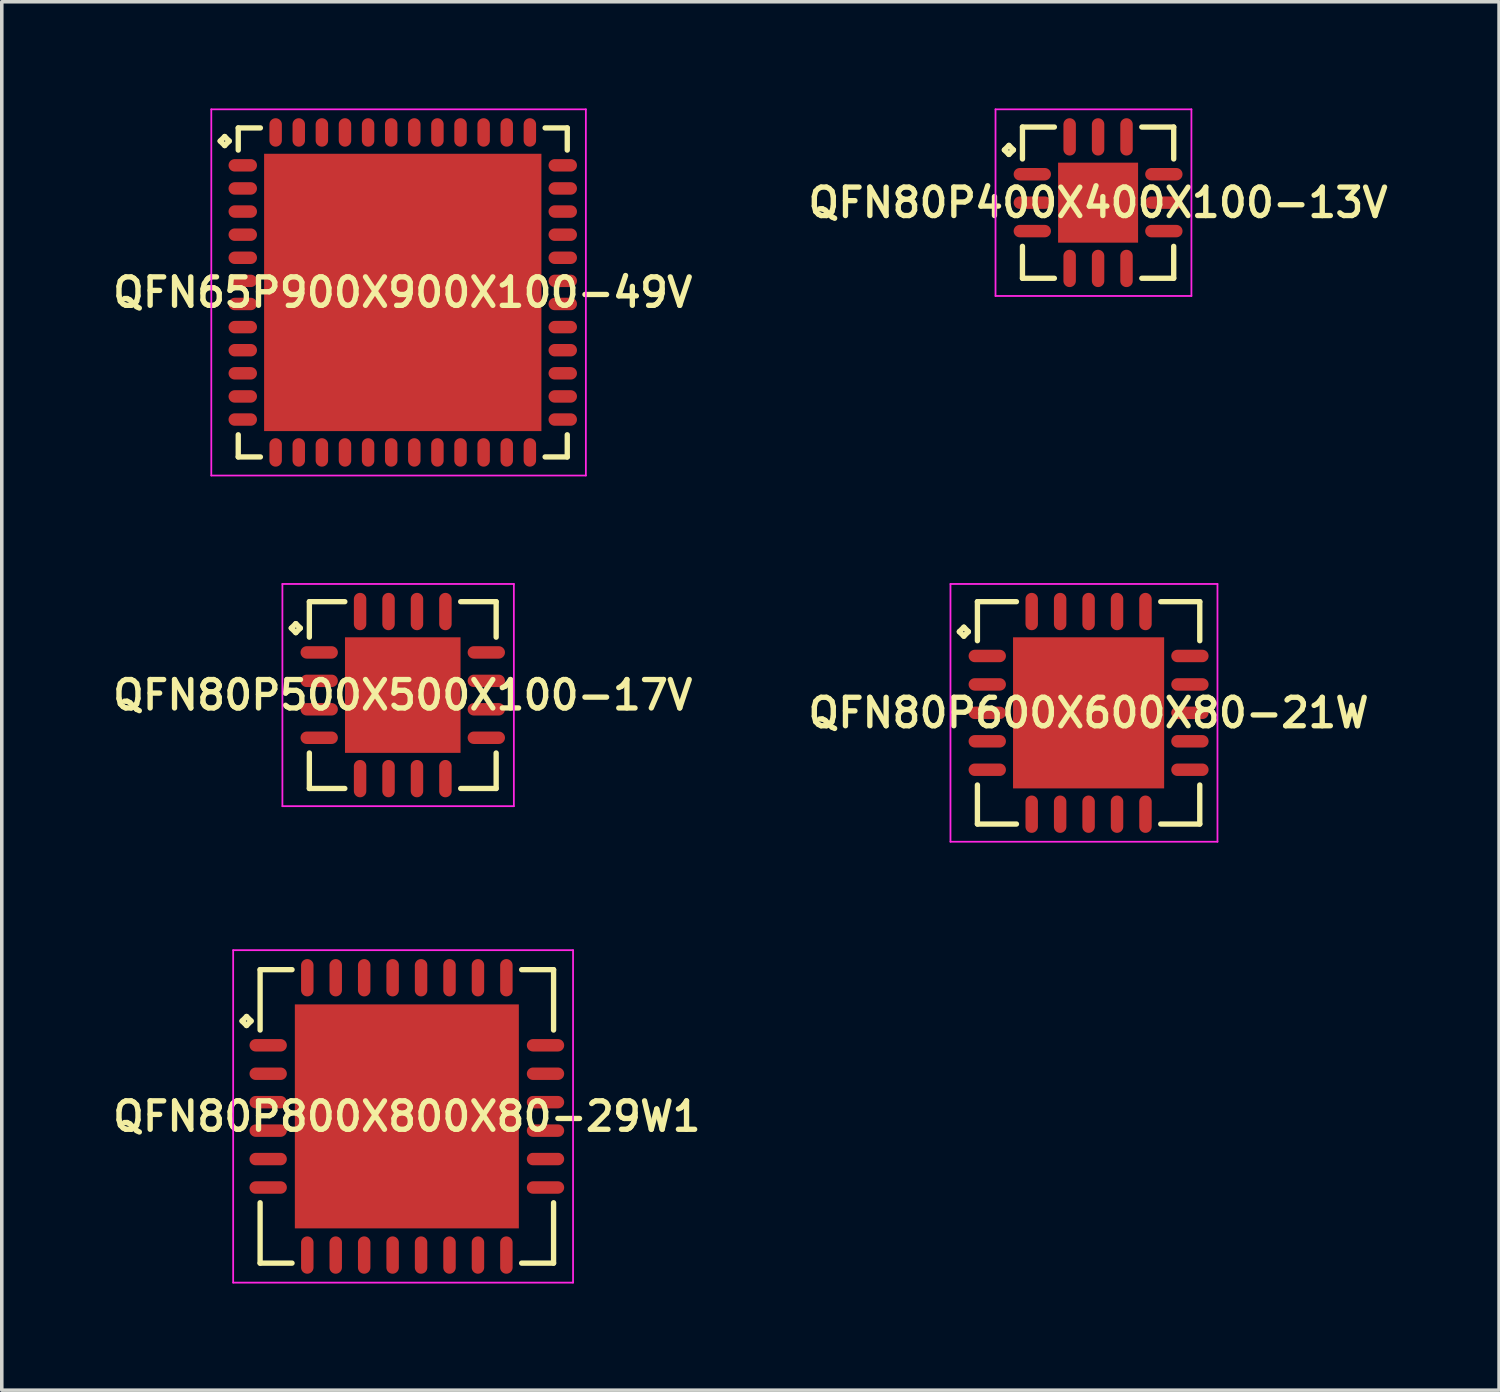
<source format=kicad_pcb>
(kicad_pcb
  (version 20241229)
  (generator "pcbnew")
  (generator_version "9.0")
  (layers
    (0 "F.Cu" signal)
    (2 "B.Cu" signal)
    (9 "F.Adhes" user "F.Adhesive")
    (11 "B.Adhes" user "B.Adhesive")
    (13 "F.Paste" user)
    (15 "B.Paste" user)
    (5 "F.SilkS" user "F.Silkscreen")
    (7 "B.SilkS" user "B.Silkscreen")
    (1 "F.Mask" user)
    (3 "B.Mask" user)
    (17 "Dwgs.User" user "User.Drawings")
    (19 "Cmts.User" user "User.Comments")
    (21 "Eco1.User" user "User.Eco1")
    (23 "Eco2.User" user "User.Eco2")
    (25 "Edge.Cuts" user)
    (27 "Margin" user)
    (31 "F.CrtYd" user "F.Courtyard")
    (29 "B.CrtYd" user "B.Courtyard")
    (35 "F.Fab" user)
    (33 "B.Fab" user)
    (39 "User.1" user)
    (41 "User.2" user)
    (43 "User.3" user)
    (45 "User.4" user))
  (footprint "QFN80P800X800X80-29W1"
    (layer "F.Cu")
    (at 8.393 28.35)
    (property "Reference" "QFN80P800X800X80-29W1" (at 0 0 0) (layer "F.SilkS") (effects (font (size 0.8 0.8) (thickness 0.15))))
    (attr smd)
    (fp_line (start -4.635 -2.683) (end -4.508 -2.81) (stroke (width 0.15) (type solid)) (layer "F.SilkS"))
    (fp_line (start -4.508 -2.81) (end -4.381 -2.683) (stroke (width 0.15) (type solid)) (layer "F.SilkS"))
    (fp_line (start -4.508 -2.556) (end -4.635 -2.683) (stroke (width 0.15) (type solid)) (layer "F.SilkS"))
    (fp_line (start -4.381 -2.683) (end -4.508 -2.556) (stroke (width 0.15) (type solid)) (layer "F.SilkS"))
    (fp_line (start -4.127 -4.127) (end -3.229 -4.127) (stroke (width 0.15) (type solid)) (layer "F.SilkS"))
    (fp_line (start -4.127 -2.429) (end -4.127 -4.127) (stroke (width 0.15) (type solid)) (layer "F.SilkS"))
    (fp_line (start -4.127 2.429) (end -4.127 4.127) (stroke (width 0.15) (type solid)) (layer "F.SilkS"))
    (fp_line (start -4.127 4.127) (end -3.229 4.127) (stroke (width 0.15) (type solid)) (layer "F.SilkS"))
    (fp_line (start 3.229 -4.127) (end 4.127 -4.127) (stroke (width 0.15) (type solid)) (layer "F.SilkS"))
    (fp_line (start 3.229 4.127) (end 4.127 4.127) (stroke (width 0.15) (type solid)) (layer "F.SilkS"))
    (fp_line (start 4.127 -4.127) (end 4.127 -2.429) (stroke (width 0.15) (type solid)) (layer "F.SilkS"))
    (fp_line (start 4.127 4.127) (end 4.127 2.429) (stroke (width 0.15) (type solid)) (layer "F.SilkS"))
    (fp_line (start -4.885 -4.675) (end 4.675 -4.675) (stroke (width 0.05) (type solid)) (layer "F.CrtYd"))
    (fp_line (start -4.885 4.675) (end -4.885 -4.675) (stroke (width 0.05) (type solid)) (layer "F.CrtYd"))
    (fp_line (start 4.675 -4.675) (end 4.675 4.675) (stroke (width 0.05) (type solid)) (layer "F.CrtYd"))
    (fp_line (start 4.675 4.675) (end -4.885 4.675) (stroke (width 0.05) (type solid)) (layer "F.CrtYd"))
    (pad "1" smd oval (at -3.9 -2) (size 1.05 0.35) (layers "F.Cu" "F.Mask" "F.Paste"))
    (pad "2" smd oval (at -3.9 -1.2) (size 1.05 0.35) (layers "F.Cu" "F.Mask" "F.Paste"))
    (pad "3" smd oval (at -3.9 -0.4) (size 1.05 0.35) (layers "F.Cu" "F.Mask" "F.Paste"))
    (pad "4" smd oval (at -3.9 0.4) (size 1.05 0.35) (layers "F.Cu" "F.Mask" "F.Paste"))
    (pad "5" smd oval (at -3.9 1.2) (size 1.05 0.35) (layers "F.Cu" "F.Mask" "F.Paste"))
    (pad "6" smd oval (at -3.9 2) (size 1.05 0.35) (layers "F.Cu" "F.Mask" "F.Paste"))
    (pad "7" smd oval (at -2.8 3.9) (size 0.35 1.05) (layers "F.Cu" "F.Mask" "F.Paste"))
    (pad "8" smd oval (at -2 3.9) (size 0.35 1.05) (layers "F.Cu" "F.Mask" "F.Paste"))
    (pad "9" smd oval (at -1.2 3.9) (size 0.35 1.05) (layers "F.Cu" "F.Mask" "F.Paste"))
    (pad "10" smd oval (at -0.4 3.9) (size 0.35 1.05) (layers "F.Cu" "F.Mask" "F.Paste"))
    (pad "11" smd oval (at 0.4 3.9) (size 0.35 1.05) (layers "F.Cu" "F.Mask" "F.Paste"))
    (pad "12" smd oval (at 1.2 3.9) (size 0.35 1.05) (layers "F.Cu" "F.Mask" "F.Paste"))
    (pad "13" smd oval (at 2 3.9) (size 0.35 1.05) (layers "F.Cu" "F.Mask" "F.Paste"))
    (pad "14" smd oval (at 2.8 3.9) (size 0.35 1.05) (layers "F.Cu" "F.Mask" "F.Paste"))
    (pad "15" smd oval (at 3.9 2) (size 1.05 0.35) (layers "F.Cu" "F.Mask" "F.Paste"))
    (pad "16" smd oval (at 3.9 1.2) (size 1.05 0.35) (layers "F.Cu" "F.Mask" "F.Paste"))
    (pad "17" smd oval (at 3.9 0.4) (size 1.05 0.35) (layers "F.Cu" "F.Mask" "F.Paste"))
    (pad "18" smd oval (at 3.9 -0.4) (size 1.05 0.35) (layers "F.Cu" "F.Mask" "F.Paste"))
    (pad "19" smd oval (at 3.9 -1.2) (size 1.05 0.35) (layers "F.Cu" "F.Mask" "F.Paste"))
    (pad "20" smd oval (at 3.9 -2) (size 1.05 0.35) (layers "F.Cu" "F.Mask" "F.Paste"))
    (pad "21" smd oval (at 2.8 -3.9) (size 0.35 1.05) (layers "F.Cu" "F.Mask" "F.Paste"))
    (pad "22" smd oval (at 2 -3.9) (size 0.35 1.05) (layers "F.Cu" "F.Mask" "F.Paste"))
    (pad "23" smd oval (at 1.2 -3.9) (size 0.35 1.05) (layers "F.Cu" "F.Mask" "F.Paste"))
    (pad "24" smd oval (at 0.4 -3.9) (size 0.35 1.05) (layers "F.Cu" "F.Mask" "F.Paste"))
    (pad "25" smd oval (at -0.4 -3.9) (size 0.35 1.05) (layers "F.Cu" "F.Mask" "F.Paste"))
    (pad "26" smd oval (at -1.2 -3.9) (size 0.35 1.05) (layers "F.Cu" "F.Mask" "F.Paste"))
    (pad "27" smd oval (at -2 -3.9) (size 0.35 1.05) (layers "F.Cu" "F.Mask" "F.Paste"))
    (pad "28" smd oval (at -2.8 -3.9) (size 0.35 1.05) (layers "F.Cu" "F.Mask" "F.Paste"))
    (pad "29" smd rect (at 0 0) (size 6.3 6.3) (layers "F.Cu" "F.Mask" "F.Paste")))
  (footprint "QFN80P400X400X100-13V"
    (layer "F.Cu")
    (at 27.835 2.65)
    (property "Reference" "QFN80P400X400X100-13V" (at 0 0 0) (layer "F.SilkS") (effects (font (size 0.8 0.8) (thickness 0.15))))
    (attr smd)
    (fp_line (start -2.635 -1.483) (end -2.508 -1.61) (stroke (width 0.15) (type solid)) (layer "F.SilkS"))
    (fp_line (start -2.508 -1.61) (end -2.381 -1.483) (stroke (width 0.15) (type solid)) (layer "F.SilkS"))
    (fp_line (start -2.508 -1.356) (end -2.635 -1.483) (stroke (width 0.15) (type solid)) (layer "F.SilkS"))
    (fp_line (start -2.381 -1.483) (end -2.508 -1.356) (stroke (width 0.15) (type solid)) (layer "F.SilkS"))
    (fp_line (start -2.127 -2.127) (end -1.229 -2.127) (stroke (width 0.15) (type solid)) (layer "F.SilkS"))
    (fp_line (start -2.127 -1.229) (end -2.127 -2.127) (stroke (width 0.15) (type solid)) (layer "F.SilkS"))
    (fp_line (start -2.127 1.229) (end -2.127 2.127) (stroke (width 0.15) (type solid)) (layer "F.SilkS"))
    (fp_line (start -2.127 2.127) (end -1.229 2.127) (stroke (width 0.15) (type solid)) (layer "F.SilkS"))
    (fp_line (start 1.229 -2.127) (end 2.127 -2.127) (stroke (width 0.15) (type solid)) (layer "F.SilkS"))
    (fp_line (start 1.229 2.127) (end 2.127 2.127) (stroke (width 0.15) (type solid)) (layer "F.SilkS"))
    (fp_line (start 2.127 -2.127) (end 2.127 -1.229) (stroke (width 0.15) (type solid)) (layer "F.SilkS"))
    (fp_line (start 2.127 2.127) (end 2.127 1.229) (stroke (width 0.15) (type solid)) (layer "F.SilkS"))
    (fp_line (start -2.885 -2.625) (end 2.625 -2.625) (stroke (width 0.05) (type solid)) (layer "F.CrtYd"))
    (fp_line (start -2.885 2.625) (end -2.885 -2.625) (stroke (width 0.05) (type solid)) (layer "F.CrtYd"))
    (fp_line (start 2.625 -2.625) (end 2.625 2.625) (stroke (width 0.05) (type solid)) (layer "F.CrtYd"))
    (fp_line (start 2.625 2.625) (end -2.885 2.625) (stroke (width 0.05) (type solid)) (layer "F.CrtYd"))
    (pad "1" smd oval (at -1.85 -0.8) (size 1.05 0.35) (layers "F.Cu" "F.Mask" "F.Paste"))
    (pad "2" smd oval (at -1.85 0) (size 1.05 0.35) (layers "F.Cu" "F.Mask" "F.Paste"))
    (pad "3" smd oval (at -1.85 0.8) (size 1.05 0.35) (layers "F.Cu" "F.Mask" "F.Paste"))
    (pad "4" smd oval (at -0.8 1.85) (size 0.35 1.05) (layers "F.Cu" "F.Mask" "F.Paste"))
    (pad "5" smd oval (at 0 1.85) (size 0.35 1.05) (layers "F.Cu" "F.Mask" "F.Paste"))
    (pad "6" smd oval (at 0.8 1.85) (size 0.35 1.05) (layers "F.Cu" "F.Mask" "F.Paste"))
    (pad "7" smd oval (at 1.85 0.8) (size 1.05 0.35) (layers "F.Cu" "F.Mask" "F.Paste"))
    (pad "8" smd oval (at 1.85 0) (size 1.05 0.35) (layers "F.Cu" "F.Mask" "F.Paste"))
    (pad "9" smd oval (at 1.85 -0.8) (size 1.05 0.35) (layers "F.Cu" "F.Mask" "F.Paste"))
    (pad "10" smd oval (at 0.8 -1.85) (size 0.35 1.05) (layers "F.Cu" "F.Mask" "F.Paste"))
    (pad "11" smd oval (at 0 -1.85) (size 0.35 1.05) (layers "F.Cu" "F.Mask" "F.Paste"))
    (pad "12" smd oval (at -0.8 -1.85) (size 0.35 1.05) (layers "F.Cu" "F.Mask" "F.Paste"))
    (pad "13" smd rect (at 0 0) (size 2.25 2.25) (layers "F.Cu" "F.Mask" "F.Paste")))
  (footprint "QFN80P600X600X80-21W"
    (layer "F.Cu")
    (at 27.568 17)
    (property "Reference" "QFN80P600X600X80-21W" (at 0 0 0) (layer "F.SilkS") (effects (font (size 0.8 0.8) (thickness 0.15))))
    (attr smd)
    (fp_line (start -3.635 -2.283) (end -3.508 -2.41) (stroke (width 0.15) (type solid)) (layer "F.SilkS"))
    (fp_line (start -3.508 -2.41) (end -3.381 -2.283) (stroke (width 0.15) (type solid)) (layer "F.SilkS"))
    (fp_line (start -3.508 -2.156) (end -3.635 -2.283) (stroke (width 0.15) (type solid)) (layer "F.SilkS"))
    (fp_line (start -3.381 -2.283) (end -3.508 -2.156) (stroke (width 0.15) (type solid)) (layer "F.SilkS"))
    (fp_line (start -3.127 -3.127) (end -2.029 -3.127) (stroke (width 0.15) (type solid)) (layer "F.SilkS"))
    (fp_line (start -3.127 -2.029) (end -3.127 -3.127) (stroke (width 0.15) (type solid)) (layer "F.SilkS"))
    (fp_line (start -3.127 2.029) (end -3.127 3.127) (stroke (width 0.15) (type solid)) (layer "F.SilkS"))
    (fp_line (start -3.127 3.127) (end -2.029 3.127) (stroke (width 0.15) (type solid)) (layer "F.SilkS"))
    (fp_line (start 2.029 -3.127) (end 3.127 -3.127) (stroke (width 0.15) (type solid)) (layer "F.SilkS"))
    (fp_line (start 2.029 3.127) (end 3.127 3.127) (stroke (width 0.15) (type solid)) (layer "F.SilkS"))
    (fp_line (start 3.127 -3.127) (end 3.127 -2.029) (stroke (width 0.15) (type solid)) (layer "F.SilkS"))
    (fp_line (start 3.127 3.127) (end 3.127 2.029) (stroke (width 0.15) (type solid)) (layer "F.SilkS"))
    (fp_line (start -3.885 -3.625) (end 3.625 -3.625) (stroke (width 0.05) (type solid)) (layer "F.CrtYd"))
    (fp_line (start -3.885 3.625) (end -3.885 -3.625) (stroke (width 0.05) (type solid)) (layer "F.CrtYd"))
    (fp_line (start 3.625 -3.625) (end 3.625 3.625) (stroke (width 0.05) (type solid)) (layer "F.CrtYd"))
    (fp_line (start 3.625 3.625) (end -3.885 3.625) (stroke (width 0.05) (type solid)) (layer "F.CrtYd"))
    (pad "1" smd oval (at -2.85 -1.6) (size 1.05 0.35) (layers "F.Cu" "F.Mask" "F.Paste"))
    (pad "2" smd oval (at -2.85 -0.8) (size 1.05 0.35) (layers "F.Cu" "F.Mask" "F.Paste"))
    (pad "3" smd oval (at -2.85 0) (size 1.05 0.35) (layers "F.Cu" "F.Mask" "F.Paste"))
    (pad "4" smd oval (at -2.85 0.8) (size 1.05 0.35) (layers "F.Cu" "F.Mask" "F.Paste"))
    (pad "5" smd oval (at -2.85 1.6) (size 1.05 0.35) (layers "F.Cu" "F.Mask" "F.Paste"))
    (pad "6" smd oval (at -1.6 2.85) (size 0.35 1.05) (layers "F.Cu" "F.Mask" "F.Paste"))
    (pad "7" smd oval (at -0.8 2.85) (size 0.35 1.05) (layers "F.Cu" "F.Mask" "F.Paste"))
    (pad "8" smd oval (at 0 2.85) (size 0.35 1.05) (layers "F.Cu" "F.Mask" "F.Paste"))
    (pad "9" smd oval (at 0.8 2.85) (size 0.35 1.05) (layers "F.Cu" "F.Mask" "F.Paste"))
    (pad "10" smd oval (at 1.6 2.85) (size 0.35 1.05) (layers "F.Cu" "F.Mask" "F.Paste"))
    (pad "11" smd oval (at 2.85 1.6) (size 1.05 0.35) (layers "F.Cu" "F.Mask" "F.Paste"))
    (pad "12" smd oval (at 2.85 0.8) (size 1.05 0.35) (layers "F.Cu" "F.Mask" "F.Paste"))
    (pad "13" smd oval (at 2.85 0) (size 1.05 0.35) (layers "F.Cu" "F.Mask" "F.Paste"))
    (pad "14" smd oval (at 2.85 -0.8) (size 1.05 0.35) (layers "F.Cu" "F.Mask" "F.Paste"))
    (pad "15" smd oval (at 2.85 -1.6) (size 1.05 0.35) (layers "F.Cu" "F.Mask" "F.Paste"))
    (pad "16" smd oval (at 1.6 -2.85) (size 0.35 1.05) (layers "F.Cu" "F.Mask" "F.Paste"))
    (pad "17" smd oval (at 0.8 -2.85) (size 0.35 1.05) (layers "F.Cu" "F.Mask" "F.Paste"))
    (pad "18" smd oval (at 0 -2.85) (size 0.35 1.05) (layers "F.Cu" "F.Mask" "F.Paste"))
    (pad "19" smd oval (at -0.8 -2.85) (size 0.35 1.05) (layers "F.Cu" "F.Mask" "F.Paste"))
    (pad "20" smd oval (at -1.6 -2.85) (size 0.35 1.05) (layers "F.Cu" "F.Mask" "F.Paste"))
    (pad "21" smd rect (at 0 0) (size 4.25 4.25) (layers "F.Cu" "F.Mask" "F.Paste")))
  (footprint "QFN65P900X900X100-49V"
    (layer "F.Cu")
    (at 8.278 5.175)
    (property "Reference" "QFN65P900X900X100-49V" (at 0 0 0) (layer "F.SilkS") (effects (font (size 0.8 0.8) (thickness 0.15))))
    (attr smd)
    (fp_line (start -5.135 -4.258) (end -5.008 -4.385) (stroke (width 0.15) (type solid)) (layer "F.SilkS"))
    (fp_line (start -5.008 -4.385) (end -4.881 -4.258) (stroke (width 0.15) (type solid)) (layer "F.SilkS"))
    (fp_line (start -5.008 -4.131) (end -5.135 -4.258) (stroke (width 0.15) (type solid)) (layer "F.SilkS"))
    (fp_line (start -4.881 -4.258) (end -5.008 -4.131) (stroke (width 0.15) (type solid)) (layer "F.SilkS"))
    (fp_line (start -4.627 -4.627) (end -4.004 -4.627) (stroke (width 0.15) (type solid)) (layer "F.SilkS"))
    (fp_line (start -4.627 -4.004) (end -4.627 -4.627) (stroke (width 0.15) (type solid)) (layer "F.SilkS"))
    (fp_line (start -4.627 4.004) (end -4.627 4.627) (stroke (width 0.15) (type solid)) (layer "F.SilkS"))
    (fp_line (start -4.627 4.627) (end -4.004 4.627) (stroke (width 0.15) (type solid)) (layer "F.SilkS"))
    (fp_line (start 4.004 -4.627) (end 4.627 -4.627) (stroke (width 0.15) (type solid)) (layer "F.SilkS"))
    (fp_line (start 4.004 4.627) (end 4.627 4.627) (stroke (width 0.15) (type solid)) (layer "F.SilkS"))
    (fp_line (start 4.627 -4.627) (end 4.627 -4.004) (stroke (width 0.15) (type solid)) (layer "F.SilkS"))
    (fp_line (start 4.627 4.627) (end 4.627 4.004) (stroke (width 0.15) (type solid)) (layer "F.SilkS"))
    (fp_line (start -5.385 -5.15) (end 5.15 -5.15) (stroke (width 0.05) (type solid)) (layer "F.CrtYd"))
    (fp_line (start -5.385 5.15) (end -5.385 -5.15) (stroke (width 0.05) (type solid)) (layer "F.CrtYd"))
    (fp_line (start 5.15 -5.15) (end 5.15 5.15) (stroke (width 0.05) (type solid)) (layer "F.CrtYd"))
    (fp_line (start 5.15 5.15) (end -5.385 5.15) (stroke (width 0.05) (type solid)) (layer "F.CrtYd"))
    (pad "1" smd oval (at -4.5 -3.575) (size 0.8 0.35) (layers "F.Cu" "F.Mask" "F.Paste"))
    (pad "2" smd oval (at -4.5 -2.925) (size 0.8 0.35) (layers "F.Cu" "F.Mask" "F.Paste"))
    (pad "3" smd oval (at -4.5 -2.275) (size 0.8 0.35) (layers "F.Cu" "F.Mask" "F.Paste"))
    (pad "4" smd oval (at -4.5 -1.625) (size 0.8 0.35) (layers "F.Cu" "F.Mask" "F.Paste"))
    (pad "5" smd oval (at -4.5 -0.975) (size 0.8 0.35) (layers "F.Cu" "F.Mask" "F.Paste"))
    (pad "6" smd oval (at -4.5 -0.325) (size 0.8 0.35) (layers "F.Cu" "F.Mask" "F.Paste"))
    (pad "7" smd oval (at -4.5 0.325) (size 0.8 0.35) (layers "F.Cu" "F.Mask" "F.Paste"))
    (pad "8" smd oval (at -4.5 0.975) (size 0.8 0.35) (layers "F.Cu" "F.Mask" "F.Paste"))
    (pad "9" smd oval (at -4.5 1.625) (size 0.8 0.35) (layers "F.Cu" "F.Mask" "F.Paste"))
    (pad "10" smd oval (at -4.5 2.275) (size 0.8 0.35) (layers "F.Cu" "F.Mask" "F.Paste"))
    (pad "11" smd oval (at -4.5 2.925) (size 0.8 0.35) (layers "F.Cu" "F.Mask" "F.Paste"))
    (pad "12" smd oval (at -4.5 3.575) (size 0.8 0.35) (layers "F.Cu" "F.Mask" "F.Paste"))
    (pad "13" smd oval (at -3.575 4.5) (size 0.35 0.8) (layers "F.Cu" "F.Mask" "F.Paste"))
    (pad "14" smd oval (at -2.925 4.5) (size 0.35 0.8) (layers "F.Cu" "F.Mask" "F.Paste"))
    (pad "15" smd oval (at -2.275 4.5) (size 0.35 0.8) (layers "F.Cu" "F.Mask" "F.Paste"))
    (pad "16" smd oval (at -1.625 4.5) (size 0.35 0.8) (layers "F.Cu" "F.Mask" "F.Paste"))
    (pad "17" smd oval (at -0.975 4.5) (size 0.35 0.8) (layers "F.Cu" "F.Mask" "F.Paste"))
    (pad "18" smd oval (at -0.325 4.5) (size 0.35 0.8) (layers "F.Cu" "F.Mask" "F.Paste"))
    (pad "19" smd oval (at 0.325 4.5) (size 0.35 0.8) (layers "F.Cu" "F.Mask" "F.Paste"))
    (pad "20" smd oval (at 0.975 4.5) (size 0.35 0.8) (layers "F.Cu" "F.Mask" "F.Paste"))
    (pad "21" smd oval (at 1.625 4.5) (size 0.35 0.8) (layers "F.Cu" "F.Mask" "F.Paste"))
    (pad "22" smd oval (at 2.275 4.5) (size 0.35 0.8) (layers "F.Cu" "F.Mask" "F.Paste"))
    (pad "23" smd oval (at 2.925 4.5) (size 0.35 0.8) (layers "F.Cu" "F.Mask" "F.Paste"))
    (pad "24" smd oval (at 3.575 4.5) (size 0.35 0.8) (layers "F.Cu" "F.Mask" "F.Paste"))
    (pad "25" smd oval (at 4.5 3.575) (size 0.8 0.35) (layers "F.Cu" "F.Mask" "F.Paste"))
    (pad "26" smd oval (at 4.5 2.925) (size 0.8 0.35) (layers "F.Cu" "F.Mask" "F.Paste"))
    (pad "27" smd oval (at 4.5 2.275) (size 0.8 0.35) (layers "F.Cu" "F.Mask" "F.Paste"))
    (pad "28" smd oval (at 4.5 1.625) (size 0.8 0.35) (layers "F.Cu" "F.Mask" "F.Paste"))
    (pad "29" smd oval (at 4.5 0.975) (size 0.8 0.35) (layers "F.Cu" "F.Mask" "F.Paste"))
    (pad "30" smd oval (at 4.5 0.325) (size 0.8 0.35) (layers "F.Cu" "F.Mask" "F.Paste"))
    (pad "31" smd oval (at 4.5 -0.325) (size 0.8 0.35) (layers "F.Cu" "F.Mask" "F.Paste"))
    (pad "32" smd oval (at 4.5 -0.975) (size 0.8 0.35) (layers "F.Cu" "F.Mask" "F.Paste"))
    (pad "33" smd oval (at 4.5 -1.625) (size 0.8 0.35) (layers "F.Cu" "F.Mask" "F.Paste"))
    (pad "34" smd oval (at 4.5 -2.275) (size 0.8 0.35) (layers "F.Cu" "F.Mask" "F.Paste"))
    (pad "35" smd oval (at 4.5 -2.925) (size 0.8 0.35) (layers "F.Cu" "F.Mask" "F.Paste"))
    (pad "36" smd oval (at 4.5 -3.575) (size 0.8 0.35) (layers "F.Cu" "F.Mask" "F.Paste"))
    (pad "37" smd oval (at 3.575 -4.5) (size 0.35 0.8) (layers "F.Cu" "F.Mask" "F.Paste"))
    (pad "38" smd oval (at 2.925 -4.5) (size 0.35 0.8) (layers "F.Cu" "F.Mask" "F.Paste"))
    (pad "39" smd oval (at 2.275 -4.5) (size 0.35 0.8) (layers "F.Cu" "F.Mask" "F.Paste"))
    (pad "40" smd oval (at 1.625 -4.5) (size 0.35 0.8) (layers "F.Cu" "F.Mask" "F.Paste"))
    (pad "41" smd oval (at 0.975 -4.5) (size 0.35 0.8) (layers "F.Cu" "F.Mask" "F.Paste"))
    (pad "42" smd oval (at 0.325 -4.5) (size 0.35 0.8) (layers "F.Cu" "F.Mask" "F.Paste"))
    (pad "43" smd oval (at -0.325 -4.5) (size 0.35 0.8) (layers "F.Cu" "F.Mask" "F.Paste"))
    (pad "44" smd oval (at -0.975 -4.5) (size 0.35 0.8) (layers "F.Cu" "F.Mask" "F.Paste"))
    (pad "45" smd oval (at -1.625 -4.5) (size 0.35 0.8) (layers "F.Cu" "F.Mask" "F.Paste"))
    (pad "46" smd oval (at -2.275 -4.5) (size 0.35 0.8) (layers "F.Cu" "F.Mask" "F.Paste"))
    (pad "47" smd oval (at -2.925 -4.5) (size 0.35 0.8) (layers "F.Cu" "F.Mask" "F.Paste"))
    (pad "48" smd oval (at -3.575 -4.5) (size 0.35 0.8) (layers "F.Cu" "F.Mask" "F.Paste"))
    (pad "49" smd rect (at 0 0) (size 7.8 7.8) (layers "F.Cu" "F.Mask" "F.Paste")))
  (footprint "QFN80P500X500X100-17V"
    (layer "F.Cu")
    (at 8.278 16.5)
    (property "Reference" "QFN80P500X500X100-17V" (at 0 0 0) (layer "F.SilkS") (effects (font (size 0.8 0.8) (thickness 0.15))))
    (attr smd)
    (fp_line (start -3.135 -1.883) (end -3.008 -2.01) (stroke (width 0.15) (type solid)) (layer "F.SilkS"))
    (fp_line (start -3.008 -2.01) (end -2.881 -1.883) (stroke (width 0.15) (type solid)) (layer "F.SilkS"))
    (fp_line (start -3.008 -1.756) (end -3.135 -1.883) (stroke (width 0.15) (type solid)) (layer "F.SilkS"))
    (fp_line (start -2.881 -1.883) (end -3.008 -1.756) (stroke (width 0.15) (type solid)) (layer "F.SilkS"))
    (fp_line (start -2.627 -2.627) (end -1.629 -2.627) (stroke (width 0.15) (type solid)) (layer "F.SilkS"))
    (fp_line (start -2.627 -1.629) (end -2.627 -2.627) (stroke (width 0.15) (type solid)) (layer "F.SilkS"))
    (fp_line (start -2.627 1.629) (end -2.627 2.627) (stroke (width 0.15) (type solid)) (layer "F.SilkS"))
    (fp_line (start -2.627 2.627) (end -1.629 2.627) (stroke (width 0.15) (type solid)) (layer "F.SilkS"))
    (fp_line (start 1.629 -2.627) (end 2.627 -2.627) (stroke (width 0.15) (type solid)) (layer "F.SilkS"))
    (fp_line (start 1.629 2.627) (end 2.627 2.627) (stroke (width 0.15) (type solid)) (layer "F.SilkS"))
    (fp_line (start 2.627 -2.627) (end 2.627 -1.629) (stroke (width 0.15) (type solid)) (layer "F.SilkS"))
    (fp_line (start 2.627 2.627) (end 2.627 1.629) (stroke (width 0.15) (type solid)) (layer "F.SilkS"))
    (fp_line (start -3.385 -3.125) (end 3.125 -3.125) (stroke (width 0.05) (type solid)) (layer "F.CrtYd"))
    (fp_line (start -3.385 3.125) (end -3.385 -3.125) (stroke (width 0.05) (type solid)) (layer "F.CrtYd"))
    (fp_line (start 3.125 -3.125) (end 3.125 3.125) (stroke (width 0.05) (type solid)) (layer "F.CrtYd"))
    (fp_line (start 3.125 3.125) (end -3.385 3.125) (stroke (width 0.05) (type solid)) (layer "F.CrtYd"))
    (pad "1" smd oval (at -2.35 -1.2) (size 1.05 0.35) (layers "F.Cu" "F.Mask" "F.Paste"))
    (pad "2" smd oval (at -2.35 -0.4) (size 1.05 0.35) (layers "F.Cu" "F.Mask" "F.Paste"))
    (pad "3" smd oval (at -2.35 0.4) (size 1.05 0.35) (layers "F.Cu" "F.Mask" "F.Paste"))
    (pad "4" smd oval (at -2.35 1.2) (size 1.05 0.35) (layers "F.Cu" "F.Mask" "F.Paste"))
    (pad "5" smd oval (at -1.2 2.35) (size 0.35 1.05) (layers "F.Cu" "F.Mask" "F.Paste"))
    (pad "6" smd oval (at -0.4 2.35) (size 0.35 1.05) (layers "F.Cu" "F.Mask" "F.Paste"))
    (pad "7" smd oval (at 0.4 2.35) (size 0.35 1.05) (layers "F.Cu" "F.Mask" "F.Paste"))
    (pad "8" smd oval (at 1.2 2.35) (size 0.35 1.05) (layers "F.Cu" "F.Mask" "F.Paste"))
    (pad "9" smd oval (at 2.35 1.2) (size 1.05 0.35) (layers "F.Cu" "F.Mask" "F.Paste"))
    (pad "10" smd oval (at 2.35 0.4) (size 1.05 0.35) (layers "F.Cu" "F.Mask" "F.Paste"))
    (pad "11" smd oval (at 2.35 -0.4) (size 1.05 0.35) (layers "F.Cu" "F.Mask" "F.Paste"))
    (pad "12" smd oval (at 2.35 -1.2) (size 1.05 0.35) (layers "F.Cu" "F.Mask" "F.Paste"))
    (pad "13" smd oval (at 1.2 -2.35) (size 0.35 1.05) (layers "F.Cu" "F.Mask" "F.Paste"))
    (pad "14" smd oval (at 0.4 -2.35) (size 0.35 1.05) (layers "F.Cu" "F.Mask" "F.Paste"))
    (pad "15" smd oval (at -0.4 -2.35) (size 0.35 1.05) (layers "F.Cu" "F.Mask" "F.Paste"))
    (pad "16" smd oval (at -1.2 -2.35) (size 0.35 1.05) (layers "F.Cu" "F.Mask" "F.Paste"))
    (pad "17" smd rect (at 0 0) (size 3.25 3.25) (layers "F.Cu" "F.Mask" "F.Paste")))
  (gr_rect
    (start -3 -3)
    (end 39.113 36.05)
    (stroke (width 0.1) (type default))
    (fill no)
    (layer "Edge.Cuts")))
</source>
